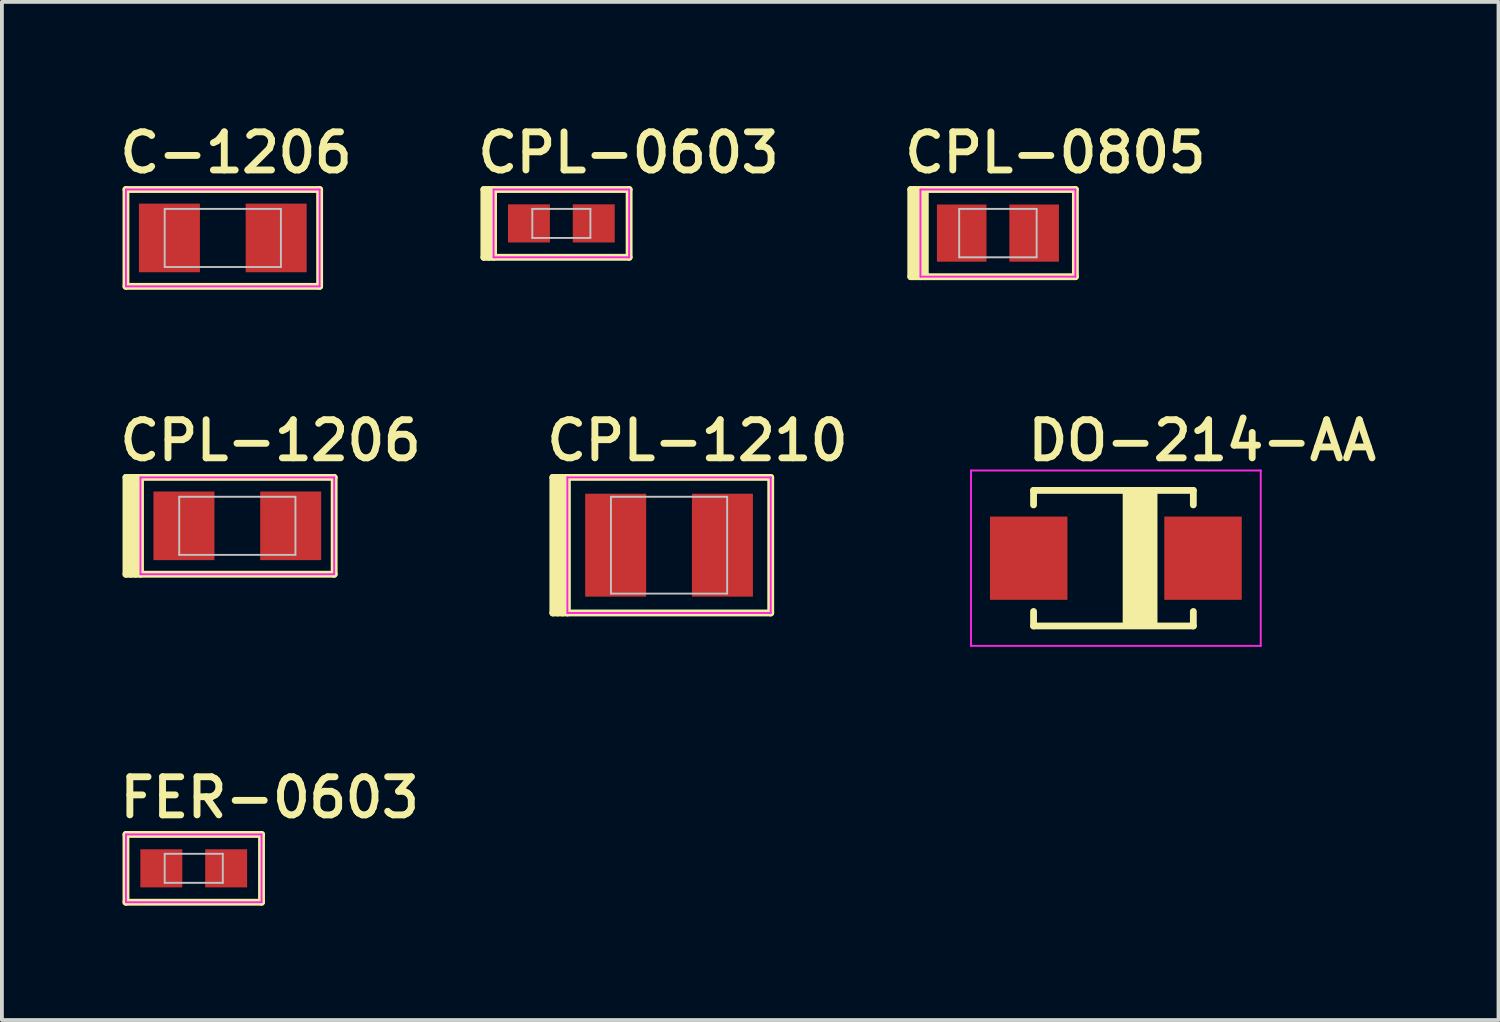
<source format=kicad_pcb>
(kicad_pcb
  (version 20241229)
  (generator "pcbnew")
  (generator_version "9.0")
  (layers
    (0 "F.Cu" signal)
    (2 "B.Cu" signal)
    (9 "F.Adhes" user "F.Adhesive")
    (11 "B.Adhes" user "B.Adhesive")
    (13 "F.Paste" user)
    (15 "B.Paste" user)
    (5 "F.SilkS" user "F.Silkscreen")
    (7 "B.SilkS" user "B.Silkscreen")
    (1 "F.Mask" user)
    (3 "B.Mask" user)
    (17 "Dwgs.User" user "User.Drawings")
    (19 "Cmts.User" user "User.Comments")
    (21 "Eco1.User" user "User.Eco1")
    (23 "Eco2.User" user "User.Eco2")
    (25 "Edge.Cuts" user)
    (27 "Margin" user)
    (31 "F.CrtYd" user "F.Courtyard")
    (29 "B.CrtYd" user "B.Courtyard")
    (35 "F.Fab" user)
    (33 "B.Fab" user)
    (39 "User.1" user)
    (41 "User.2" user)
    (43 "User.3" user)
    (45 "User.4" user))
  (footprint "CPL-0805"
    (layer "F.Cu")
    (at 23.125 3.064)
    (property "Reference" "CPL-0805" (at -2.54 -1.524 0) (layer "F.SilkS") (effects (font (size 1 1) (thickness 0.18)) (justify left bottom)))
    (attr through_hole)
    (fp_line (start -2.286 -1.143) (end -2.286 1.143) (stroke (width 0.18) (type solid)) (layer "F.SilkS"))
    (fp_line (start -2.286 1.143) (end 2.032 1.143) (stroke (width 0.18) (type solid)) (layer "F.SilkS"))
    (fp_line (start -2.159 1.143) (end -2.159 -1.143) (stroke (width 0.18) (type solid)) (layer "F.SilkS"))
    (fp_line (start -2.032 1.143) (end -2.032 -1.143) (stroke (width 0.18) (type solid)) (layer "F.SilkS"))
    (fp_line (start -1.905 1.143) (end -1.905 -1.143) (stroke (width 0.18) (type solid)) (layer "F.SilkS"))
    (fp_line (start 2.032 -1.143) (end -2.286 -1.143) (stroke (width 0.18) (type solid)) (layer "F.SilkS"))
    (fp_line (start 2.032 1.143) (end 2.032 -1.143) (stroke (width 0.18) (type solid)) (layer "F.SilkS"))
    (fp_line (start -1.016 -0.635) (end -1.016 0.635) (stroke (width 0.05) (type solid)) (layer "Dwgs.User"))
    (fp_line (start -1.016 -0.635) (end 1.016 -0.635) (stroke (width 0.05) (type solid)) (layer "Dwgs.User"))
    (fp_line (start -1.016 0.635) (end 1.016 0.635) (stroke (width 0.05) (type solid)) (layer "Dwgs.User"))
    (fp_line (start 1.016 -0.635) (end 1.016 0.635) (stroke (width 0.05) (type solid)) (layer "Dwgs.User"))
    (fp_line (start -2.032 -1.143) (end 2.032 -1.143) (stroke (width 0.05) (type solid)) (layer "F.CrtYd"))
    (fp_line (start -2.032 1.143) (end -2.032 -1.143) (stroke (width 0.05) (type solid)) (layer "F.CrtYd"))
    (fp_line (start 2.032 -1.143) (end 2.032 1.143) (stroke (width 0.05) (type solid)) (layer "F.CrtYd"))
    (fp_line (start 2.032 1.143) (end -2.032 1.143) (stroke (width 0.05) (type solid)) (layer "F.CrtYd"))
    (pad "A" smd rect (at -0.95 0) (size 1.3 1.5) (layers "F.Cu" "F.Mask" "F.Paste"))
    (pad "K" smd rect (at 0.95 0) (size 1.3 1.5) (layers "F.Cu" "F.Mask" "F.Paste")))
  (footprint "CPL-1206"
    (layer "F.Cu")
    (at 3.175 10.742)
    (property "Reference" "CPL-1206" (at -3.175 -1.651 0) (layer "F.SilkS") (effects (font (size 1 1) (thickness 0.18)) (justify left bottom)))
    (attr through_hole)
    (fp_line (start -2.921 -1.27) (end -2.921 1.27) (stroke (width 0.18) (type solid)) (layer "F.SilkS"))
    (fp_line (start -2.921 1.27) (end 2.54 1.27) (stroke (width 0.18) (type solid)) (layer "F.SilkS"))
    (fp_line (start -2.794 -1.27) (end -2.794 1.27) (stroke (width 0.18) (type solid)) (layer "F.SilkS"))
    (fp_line (start -2.667 -1.27) (end -2.667 1.27) (stroke (width 0.18) (type solid)) (layer "F.SilkS"))
    (fp_line (start -2.54 -1.27) (end -2.54 1.27) (stroke (width 0.18) (type solid)) (layer "F.SilkS"))
    (fp_line (start 2.54 -1.27) (end -2.921 -1.27) (stroke (width 0.18) (type solid)) (layer "F.SilkS"))
    (fp_line (start 2.54 1.27) (end 2.54 -1.27) (stroke (width 0.18) (type solid)) (layer "F.SilkS"))
    (fp_line (start -1.524 -0.762) (end -1.524 0.762) (stroke (width 0.05) (type solid)) (layer "Dwgs.User"))
    (fp_line (start -1.524 -0.762) (end 1.524 -0.762) (stroke (width 0.05) (type solid)) (layer "Dwgs.User"))
    (fp_line (start -1.524 0.762) (end 1.524 0.762) (stroke (width 0.05) (type solid)) (layer "Dwgs.User"))
    (fp_line (start 1.524 -0.762) (end 1.524 0.762) (stroke (width 0.05) (type solid)) (layer "Dwgs.User"))
    (fp_line (start -2.54 -1.27) (end 2.54 -1.27) (stroke (width 0.05) (type solid)) (layer "F.CrtYd"))
    (fp_line (start -2.54 1.27) (end -2.54 -1.27) (stroke (width 0.05) (type solid)) (layer "F.CrtYd"))
    (fp_line (start 2.54 -1.27) (end 2.54 1.27) (stroke (width 0.05) (type solid)) (layer "F.CrtYd"))
    (fp_line (start 2.54 1.27) (end -2.54 1.27) (stroke (width 0.05) (type solid)) (layer "F.CrtYd"))
    (pad "A" smd rect (at -1.4 0) (size 1.6 1.8) (layers "F.Cu" "F.Mask" "F.Paste"))
    (pad "K" smd rect (at 1.4 0) (size 1.6 1.8) (layers "F.Cu" "F.Mask" "F.Paste")))
  (footprint "CPL-0603"
    (layer "F.Cu")
    (at 11.674 2.81)
    (property "Reference" "CPL-0603" (at -2.286 -1.27 0) (layer "F.SilkS") (effects (font (size 1 1) (thickness 0.18)) (justify left bottom)))
    (attr through_hole)
    (fp_line (start -2.032 -0.889) (end 1.778 -0.889) (stroke (width 0.18) (type solid)) (layer "F.SilkS"))
    (fp_line (start -2.032 0.889) (end -2.032 -0.889) (stroke (width 0.18) (type solid)) (layer "F.SilkS"))
    (fp_line (start -1.905 0.889) (end -1.905 -0.889) (stroke (width 0.18) (type solid)) (layer "F.SilkS"))
    (fp_line (start -1.778 0.889) (end -1.778 -0.889) (stroke (width 0.18) (type solid)) (layer "F.SilkS"))
    (fp_line (start 1.778 -0.889) (end 1.778 0.889) (stroke (width 0.18) (type solid)) (layer "F.SilkS"))
    (fp_line (start 1.778 0.889) (end -2.032 0.889) (stroke (width 0.18) (type solid)) (layer "F.SilkS"))
    (fp_line (start -0.762 -0.381) (end -0.762 0.381) (stroke (width 0.05) (type solid)) (layer "Dwgs.User"))
    (fp_line (start -0.762 -0.381) (end 0.762 -0.381) (stroke (width 0.05) (type solid)) (layer "Dwgs.User"))
    (fp_line (start -0.762 0.381) (end 0.762 0.381) (stroke (width 0.05) (type solid)) (layer "Dwgs.User"))
    (fp_line (start 0.762 -0.381) (end 0.762 0.381) (stroke (width 0.05) (type solid)) (layer "Dwgs.User"))
    (fp_line (start -1.778 -0.889) (end 1.778 -0.889) (stroke (width 0.05) (type solid)) (layer "F.CrtYd"))
    (fp_line (start -1.778 0.889) (end -1.778 -0.889) (stroke (width 0.05) (type solid)) (layer "F.CrtYd"))
    (fp_line (start 1.778 -0.889) (end 1.778 0.889) (stroke (width 0.05) (type solid)) (layer "F.CrtYd"))
    (fp_line (start 1.778 0.889) (end -1.778 0.889) (stroke (width 0.05) (type solid)) (layer "F.CrtYd"))
    (pad "A" smd rect (at -0.85 0) (size 1.1 1) (layers "F.Cu" "F.Mask" "F.Paste"))
    (pad "K" smd rect (at 0.85 0) (size 1.1 1) (layers "F.Cu" "F.Mask" "F.Paste")))
  (footprint "FER-0603"
    (layer "F.Cu")
    (at 2.032 19.726)
    (property "Reference" "FER-0603" (at -2.032 -1.27 0) (layer "F.SilkS") (effects (font (size 1 1) (thickness 0.18)) (justify left bottom)))
    (attr through_hole)
    (fp_line (start -1.778 -0.889) (end 1.778 -0.889) (stroke (width 0.18) (type solid)) (layer "F.SilkS"))
    (fp_line (start -1.778 0.889) (end -1.778 -0.889) (stroke (width 0.18) (type solid)) (layer "F.SilkS"))
    (fp_line (start 1.778 -0.889) (end 1.778 0.889) (stroke (width 0.18) (type solid)) (layer "F.SilkS"))
    (fp_line (start 1.778 0.889) (end -1.778 0.889) (stroke (width 0.18) (type solid)) (layer "F.SilkS"))
    (fp_line (start -0.762 -0.381) (end 0.762 -0.381) (stroke (width 0.05) (type solid)) (layer "Dwgs.User"))
    (fp_line (start -0.762 0.381) (end -0.762 -0.381) (stroke (width 0.05) (type solid)) (layer "Dwgs.User"))
    (fp_line (start 0.762 -0.381) (end 0.762 0.381) (stroke (width 0.05) (type solid)) (layer "Dwgs.User"))
    (fp_line (start 0.762 0.381) (end -0.762 0.381) (stroke (width 0.05) (type solid)) (layer "Dwgs.User"))
    (fp_line (start -1.778 -0.889) (end 1.778 -0.889) (stroke (width 0.05) (type solid)) (layer "F.CrtYd"))
    (fp_line (start -1.778 0.889) (end -1.778 -0.889) (stroke (width 0.05) (type solid)) (layer "F.CrtYd"))
    (fp_line (start 1.778 -0.889) (end 1.778 0.889) (stroke (width 0.05) (type solid)) (layer "F.CrtYd"))
    (fp_line (start 1.778 0.889) (end -1.778 0.889) (stroke (width 0.05) (type solid)) (layer "F.CrtYd"))
    (pad "1" smd rect (at -0.85 0) (size 1.1 1) (layers "F.Cu" "F.Mask" "F.Paste"))
    (pad "2" smd rect (at 0.85 0) (size 1.1 1) (layers "F.Cu" "F.Mask" "F.Paste")))
  (footprint "DO-214-AA"
    (layer "F.Cu")
    (at 26.219 11.591)
    (property "Reference" "DO-214-AA" (at -2.4 -2.5 0) (layer "F.SilkS") (effects (font (size 1 1) (thickness 0.18)) (justify left bottom)))
    (attr through_hole)
    (fp_line (start -2.159 -1.778) (end -2.159 -1.397) (stroke (width 0.178) (type solid)) (layer "F.SilkS"))
    (fp_line (start -2.159 -1.778) (end 2.032 -1.778) (stroke (width 0.178) (type solid)) (layer "F.SilkS"))
    (fp_line (start -2.159 1.778) (end -2.159 1.397) (stroke (width 0.178) (type solid)) (layer "F.SilkS"))
    (fp_line (start 2.032 -1.778) (end 2.032 -1.397) (stroke (width 0.178) (type solid)) (layer "F.SilkS"))
    (fp_line (start 2.032 1.778) (end -2.159 1.778) (stroke (width 0.178) (type solid)) (layer "F.SilkS"))
    (fp_line (start 2.032 1.778) (end 2.032 1.397) (stroke (width 0.178) (type solid)) (layer "F.SilkS"))
    (fp_poly (pts (xy 0.254 1.778) (xy 1.016 1.778) (xy 1.016 -1.778) (xy 0.254 -1.778)) (stroke (width 0.15) (type solid)) (fill yes) (layer "F.SilkS"))
    (fp_line (start -3.8 -2.3) (end 3.8 -2.3) (stroke (width 0.05) (type solid)) (layer "F.CrtYd"))
    (fp_line (start -3.8 2.3) (end -3.8 -2.3) (stroke (width 0.05) (type solid)) (layer "F.CrtYd"))
    (fp_line (start 3.8 -2.3) (end 3.8 2.3) (stroke (width 0.05) (type solid)) (layer "F.CrtYd"))
    (fp_line (start 3.8 2.3) (end -3.8 2.3) (stroke (width 0.05) (type solid)) (layer "F.CrtYd"))
    (pad "A" smd rect (at -2.286 0 90) (size 2.184 2.032) (layers "F.Cu" "F.Mask" "F.Paste"))
    (pad "K" smd rect (at 2.286 0 90) (size 2.184 2.032) (layers "F.Cu" "F.Mask" "F.Paste")))
  (footprint "CPL-1210"
    (layer "F.Cu")
    (at 14.499 11.25)
    (property "Reference" "CPL-1210" (at -3.302 -2.159 0) (layer "F.SilkS") (effects (font (size 1 1) (thickness 0.18)) (justify left bottom)))
    (attr through_hole)
    (fp_line (start -3.048 -1.778) (end -3.048 1.778) (stroke (width 0.18) (type solid)) (layer "F.SilkS"))
    (fp_line (start -3.048 1.778) (end 2.667 1.778) (stroke (width 0.18) (type solid)) (layer "F.SilkS"))
    (fp_line (start -2.921 -1.778) (end -2.921 1.778) (stroke (width 0.18) (type solid)) (layer "F.SilkS"))
    (fp_line (start -2.794 -1.778) (end -2.794 1.778) (stroke (width 0.18) (type solid)) (layer "F.SilkS"))
    (fp_line (start -2.667 -1.778) (end -2.667 1.778) (stroke (width 0.18) (type solid)) (layer "F.SilkS"))
    (fp_line (start 2.667 -1.778) (end -3.048 -1.778) (stroke (width 0.18) (type solid)) (layer "F.SilkS"))
    (fp_line (start 2.667 1.778) (end 2.667 -1.778) (stroke (width 0.18) (type solid)) (layer "F.SilkS"))
    (fp_line (start -1.524 -1.27) (end -1.524 1.27) (stroke (width 0.05) (type solid)) (layer "Dwgs.User"))
    (fp_line (start -1.524 -1.27) (end 1.524 -1.27) (stroke (width 0.05) (type solid)) (layer "Dwgs.User"))
    (fp_line (start -1.524 1.27) (end 1.524 1.27) (stroke (width 0.05) (type solid)) (layer "Dwgs.User"))
    (fp_line (start 1.524 -1.27) (end 1.524 1.27) (stroke (width 0.05) (type solid)) (layer "Dwgs.User"))
    (fp_line (start -2.667 -1.778) (end 2.667 -1.778) (stroke (width 0.05) (type solid)) (layer "F.CrtYd"))
    (fp_line (start -2.667 1.778) (end -2.667 -1.778) (stroke (width 0.05) (type solid)) (layer "F.CrtYd"))
    (fp_line (start 2.667 -1.778) (end 2.667 1.778) (stroke (width 0.05) (type solid)) (layer "F.CrtYd"))
    (fp_line (start 2.667 1.778) (end -2.667 1.778) (stroke (width 0.05) (type solid)) (layer "F.CrtYd"))
    (pad "A" smd rect (at -1.4 0) (size 1.6 2.7) (layers "F.Cu" "F.Mask" "F.Paste"))
    (pad "K" smd rect (at 1.4 0) (size 1.6 2.7) (layers "F.Cu" "F.Mask" "F.Paste")))
  (footprint "C-1206"
    (layer "F.Cu")
    (at 2.794 3.191)
    (property "Reference" "C-1206" (at -2.794 -1.651 0) (layer "F.SilkS") (effects (font (size 1 1) (thickness 0.18)) (justify left bottom)))
    (attr through_hole)
    (fp_line (start -2.54 -1.27) (end -2.54 1.27) (stroke (width 0.18) (type solid)) (layer "F.SilkS"))
    (fp_line (start -2.54 1.27) (end 2.54 1.27) (stroke (width 0.18) (type solid)) (layer "F.SilkS"))
    (fp_line (start 2.54 -1.27) (end -2.54 -1.27) (stroke (width 0.18) (type solid)) (layer "F.SilkS"))
    (fp_line (start 2.54 1.27) (end 2.54 -1.27) (stroke (width 0.18) (type solid)) (layer "F.SilkS"))
    (fp_line (start -1.524 -0.762) (end 1.524 -0.762) (stroke (width 0.05) (type solid)) (layer "Dwgs.User"))
    (fp_line (start -1.524 0.762) (end -1.524 -0.762) (stroke (width 0.05) (type solid)) (layer "Dwgs.User"))
    (fp_line (start 1.524 -0.762) (end 1.524 0.762) (stroke (width 0.05) (type solid)) (layer "Dwgs.User"))
    (fp_line (start 1.524 0.762) (end -1.524 0.762) (stroke (width 0.05) (type solid)) (layer "Dwgs.User"))
    (fp_line (start -2.54 -1.27) (end 2.54 -1.27) (stroke (width 0.05) (type solid)) (layer "F.CrtYd"))
    (fp_line (start -2.54 1.27) (end -2.54 -1.27) (stroke (width 0.05) (type solid)) (layer "F.CrtYd"))
    (fp_line (start 2.54 -1.27) (end 2.54 1.27) (stroke (width 0.05) (type solid)) (layer "F.CrtYd"))
    (fp_line (start 2.54 1.27) (end -2.54 1.27) (stroke (width 0.05) (type solid)) (layer "F.CrtYd"))
    (pad "1" smd rect (at -1.4 0) (size 1.6 1.8) (layers "F.Cu" "F.Mask" "F.Paste"))
    (pad "2" smd rect (at 1.4 0) (size 1.6 1.8) (layers "F.Cu" "F.Mask" "F.Paste")))
  (gr_rect
    (start -3 -3)
    (end 36.255 23.705)
    (stroke (width 0.1) (type default))
    (fill no)
    (layer "Edge.Cuts")))
</source>
